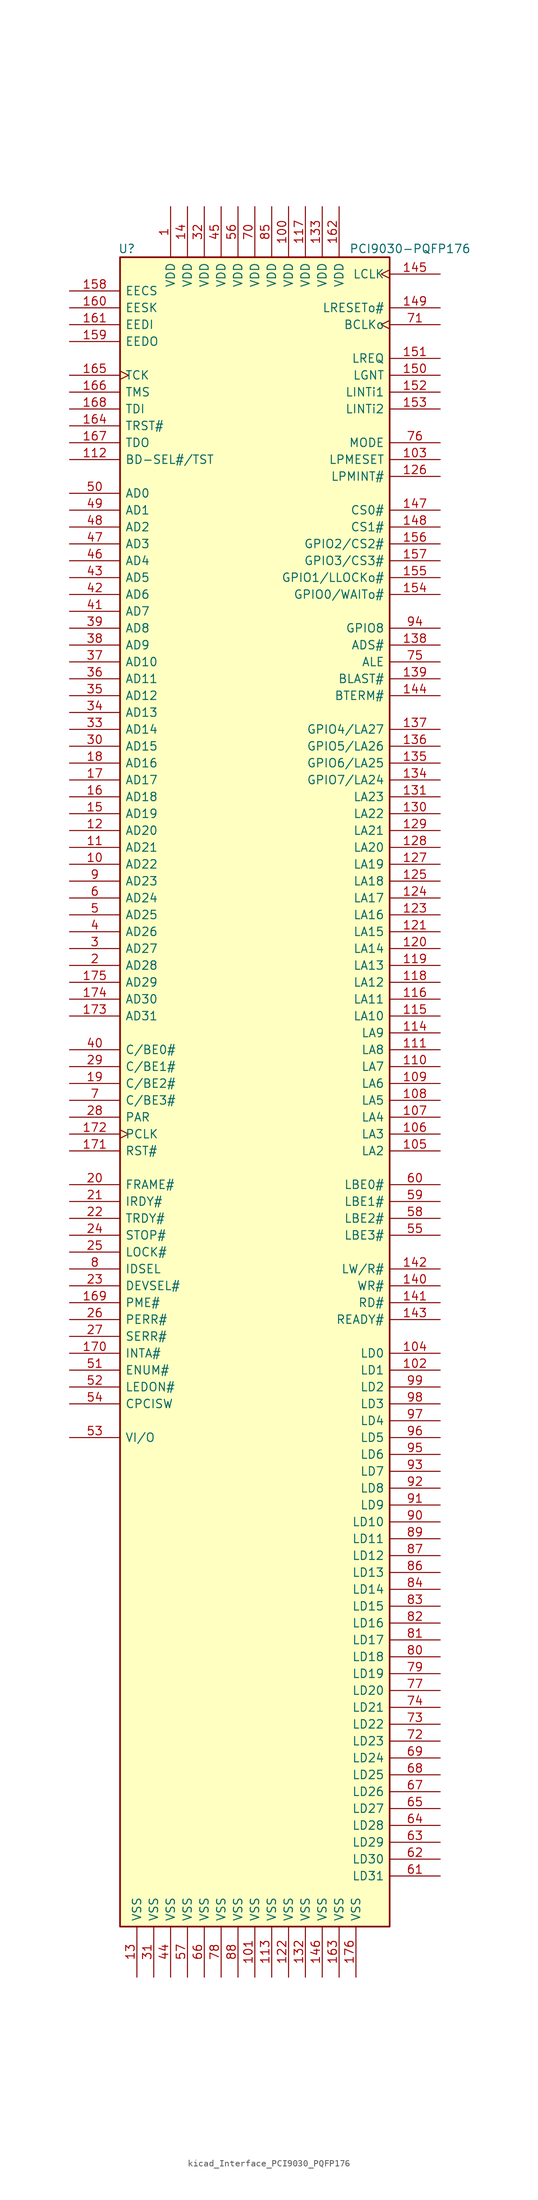
<source format=kicad_sym>
(kicad_symbol_lib
  (version 20220914)
  (generator kicad_symbol_editor)
  (symbol "kicad_Interface_PCI9030_PQFP176"
    (pin_names
      (offset 0.762))
    (property "Reference" "U"
      (at -19.304 125.73 0)
      (effects (font (size 1.27 1.27))))
    (property "Value" "PCI9030-PQFP176"
      (at 14.224 125.73 0)
      (effects (font (size 1.27 1.27)) (justify left)))
    (symbol "kicad_Interface_PCI9030_PQFP176_1_1"
      (rectangle (start 20.32 -127) (end -20.32 124.46) (stroke (width 0.254) (type default)) (fill (type background)))
      (pin power_in line (at -12.7 132.08 270) (length 7.62) (name "VDD" (effects (font (size 1.27 1.27)))) (number "1" (effects (font (size 1.27 1.27)))))
      (pin bidirectional line (at -27.94 33.02 0) (length 7.62) (name "AD22" (effects (font (size 1.27 1.27)))) (number "10" (effects (font (size 1.27 1.27)))))
      (pin power_in line (at 5.08 132.08 270) (length 7.62) (name "VDD" (effects (font (size 1.27 1.27)))) (number "100" (effects (font (size 1.27 1.27)))))
      (pin power_in line (at 0 -134.62 90) (length 7.62) (name "VSS" (effects (font (size 1.27 1.27)))) (number "101" (effects (font (size 1.27 1.27)))))
      (pin bidirectional line (at 27.94 -43.18 180) (length 7.62) (name "LD1" (effects (font (size 1.27 1.27)))) (number "102" (effects (font (size 1.27 1.27)))))
      (pin input line (at 27.94 93.98 180) (length 7.62) (name "LPMESET" (effects (font (size 1.27 1.27)))) (number "103" (effects (font (size 1.27 1.27)))))
      (pin bidirectional line (at 27.94 -40.64 180) (length 7.62) (name "LD0" (effects (font (size 1.27 1.27)))) (number "104" (effects (font (size 1.27 1.27)))))
      (pin output line (at 27.94 -10.16 180) (length 7.62) (name "LA2" (effects (font (size 1.27 1.27)))) (number "105" (effects (font (size 1.27 1.27)))))
      (pin output line (at 27.94 -7.62 180) (length 7.62) (name "LA3" (effects (font (size 1.27 1.27)))) (number "106" (effects (font (size 1.27 1.27)))))
      (pin output line (at 27.94 -5.08 180) (length 7.62) (name "LA4" (effects (font (size 1.27 1.27)))) (number "107" (effects (font (size 1.27 1.27)))))
      (pin output line (at 27.94 -2.54 180) (length 7.62) (name "LA5" (effects (font (size 1.27 1.27)))) (number "108" (effects (font (size 1.27 1.27)))))
      (pin output line (at 27.94 0 180) (length 7.62) (name "LA6" (effects (font (size 1.27 1.27)))) (number "109" (effects (font (size 1.27 1.27)))))
      (pin bidirectional line (at -27.94 35.56 0) (length 7.62) (name "AD21" (effects (font (size 1.27 1.27)))) (number "11" (effects (font (size 1.27 1.27)))))
      (pin output line (at 27.94 2.54 180) (length 7.62) (name "LA7" (effects (font (size 1.27 1.27)))) (number "110" (effects (font (size 1.27 1.27)))))
      (pin output line (at 27.94 5.08 180) (length 7.62) (name "LA8" (effects (font (size 1.27 1.27)))) (number "111" (effects (font (size 1.27 1.27)))))
      (pin input line (at -27.94 93.98 0) (length 7.62) (name "BD-SEL#/TST" (effects (font (size 1.27 1.27)))) (number "112" (effects (font (size 1.27 1.27)))))
      (pin power_in line (at 2.54 -134.62 90) (length 7.62) (name "VSS" (effects (font (size 1.27 1.27)))) (number "113" (effects (font (size 1.27 1.27)))))
      (pin output line (at 27.94 7.62 180) (length 7.62) (name "LA9" (effects (font (size 1.27 1.27)))) (number "114" (effects (font (size 1.27 1.27)))))
      (pin input line (at 27.94 10.16 180) (length 7.62) (name "LA10" (effects (font (size 1.27 1.27)))) (number "115" (effects (font (size 1.27 1.27)))))
      (pin output line (at 27.94 12.7 180) (length 7.62) (name "LA11" (effects (font (size 1.27 1.27)))) (number "116" (effects (font (size 1.27 1.27)))))
      (pin power_in line (at 7.62 132.08 270) (length 7.62) (name "VDD" (effects (font (size 1.27 1.27)))) (number "117" (effects (font (size 1.27 1.27)))))
      (pin output line (at 27.94 15.24 180) (length 7.62) (name "LA12" (effects (font (size 1.27 1.27)))) (number "118" (effects (font (size 1.27 1.27)))))
      (pin output line (at 27.94 17.78 180) (length 7.62) (name "LA13" (effects (font (size 1.27 1.27)))) (number "119" (effects (font (size 1.27 1.27)))))
      (pin bidirectional line (at -27.94 38.1 0) (length 7.62) (name "AD20" (effects (font (size 1.27 1.27)))) (number "12" (effects (font (size 1.27 1.27)))))
      (pin output line (at 27.94 20.32 180) (length 7.62) (name "LA14" (effects (font (size 1.27 1.27)))) (number "120" (effects (font (size 1.27 1.27)))))
      (pin output line (at 27.94 22.86 180) (length 7.62) (name "LA15" (effects (font (size 1.27 1.27)))) (number "121" (effects (font (size 1.27 1.27)))))
      (pin power_in line (at 5.08 -134.62 90) (length 7.62) (name "VSS" (effects (font (size 1.27 1.27)))) (number "122" (effects (font (size 1.27 1.27)))))
      (pin output line (at 27.94 25.4 180) (length 7.62) (name "LA16" (effects (font (size 1.27 1.27)))) (number "123" (effects (font (size 1.27 1.27)))))
      (pin output line (at 27.94 27.94 180) (length 7.62) (name "LA17" (effects (font (size 1.27 1.27)))) (number "124" (effects (font (size 1.27 1.27)))))
      (pin output line (at 27.94 30.48 180) (length 7.62) (name "LA18" (effects (font (size 1.27 1.27)))) (number "125" (effects (font (size 1.27 1.27)))))
      (pin output line (at 27.94 91.44 180) (length 7.62) (name "LPMINT#" (effects (font (size 1.27 1.27)))) (number "126" (effects (font (size 1.27 1.27)))))
      (pin output line (at 27.94 33.02 180) (length 7.62) (name "LA19" (effects (font (size 1.27 1.27)))) (number "127" (effects (font (size 1.27 1.27)))))
      (pin output line (at 27.94 35.56 180) (length 7.62) (name "LA20" (effects (font (size 1.27 1.27)))) (number "128" (effects (font (size 1.27 1.27)))))
      (pin output line (at 27.94 38.1 180) (length 7.62) (name "LA21" (effects (font (size 1.27 1.27)))) (number "129" (effects (font (size 1.27 1.27)))))
      (pin power_in line (at -17.78 -134.62 90) (length 7.62) (name "VSS" (effects (font (size 1.27 1.27)))) (number "13" (effects (font (size 1.27 1.27)))))
      (pin output line (at 27.94 40.64 180) (length 7.62) (name "LA22" (effects (font (size 1.27 1.27)))) (number "130" (effects (font (size 1.27 1.27)))))
      (pin output line (at 27.94 43.18 180) (length 7.62) (name "LA23" (effects (font (size 1.27 1.27)))) (number "131" (effects (font (size 1.27 1.27)))))
      (pin power_in line (at 7.62 -134.62 90) (length 7.62) (name "VSS" (effects (font (size 1.27 1.27)))) (number "132" (effects (font (size 1.27 1.27)))))
      (pin power_in line (at 10.16 132.08 270) (length 7.62) (name "VDD" (effects (font (size 1.27 1.27)))) (number "133" (effects (font (size 1.27 1.27)))))
      (pin bidirectional line (at 27.94 45.72 180) (length 7.62) (name "GPIO7/LA24" (effects (font (size 1.27 1.27)))) (number "134" (effects (font (size 1.27 1.27)))))
      (pin bidirectional line (at 27.94 48.26 180) (length 7.62) (name "GPIO6/LA25" (effects (font (size 1.27 1.27)))) (number "135" (effects (font (size 1.27 1.27)))))
      (pin bidirectional line (at 27.94 50.8 180) (length 7.62) (name "GPIO5/LA26" (effects (font (size 1.27 1.27)))) (number "136" (effects (font (size 1.27 1.27)))))
      (pin bidirectional line (at 27.94 53.34 180) (length 7.62) (name "GPIO4/LA27" (effects (font (size 1.27 1.27)))) (number "137" (effects (font (size 1.27 1.27)))))
      (pin output line (at 27.94 66.04 180) (length 7.62) (name "ADS#" (effects (font (size 1.27 1.27)))) (number "138" (effects (font (size 1.27 1.27)))))
      (pin output line (at 27.94 60.96 180) (length 7.62) (name "BLAST#" (effects (font (size 1.27 1.27)))) (number "139" (effects (font (size 1.27 1.27)))))
      (pin power_in line (at -10.16 132.08 270) (length 7.62) (name "VDD" (effects (font (size 1.27 1.27)))) (number "14" (effects (font (size 1.27 1.27)))))
      (pin output line (at 27.94 -30.48 180) (length 7.62) (name "WR#" (effects (font (size 1.27 1.27)))) (number "140" (effects (font (size 1.27 1.27)))))
      (pin output line (at 27.94 -33.02 180) (length 7.62) (name "RD#" (effects (font (size 1.27 1.27)))) (number "141" (effects (font (size 1.27 1.27)))))
      (pin output line (at 27.94 -27.94 180) (length 7.62) (name "LW/R#" (effects (font (size 1.27 1.27)))) (number "142" (effects (font (size 1.27 1.27)))))
      (pin input line (at 27.94 -35.56 180) (length 7.62) (name "READY#" (effects (font (size 1.27 1.27)))) (number "143" (effects (font (size 1.27 1.27)))))
      (pin input line (at 27.94 58.42 180) (length 7.62) (name "BTERM#" (effects (font (size 1.27 1.27)))) (number "144" (effects (font (size 1.27 1.27)))))
      (pin input clock (at 27.94 121.92 180) (length 7.62) (name "LCLK" (effects (font (size 1.27 1.27)))) (number "145" (effects (font (size 1.27 1.27)))))
      (pin power_in line (at 10.16 -134.62 90) (length 7.62) (name "VSS" (effects (font (size 1.27 1.27)))) (number "146" (effects (font (size 1.27 1.27)))))
      (pin output line (at 27.94 86.36 180) (length 7.62) (name "CS0#" (effects (font (size 1.27 1.27)))) (number "147" (effects (font (size 1.27 1.27)))))
      (pin output line (at 27.94 83.82 180) (length 7.62) (name "CS1#" (effects (font (size 1.27 1.27)))) (number "148" (effects (font (size 1.27 1.27)))))
      (pin output line (at 27.94 116.84 180) (length 7.62) (name "LRESETo#" (effects (font (size 1.27 1.27)))) (number "149" (effects (font (size 1.27 1.27)))))
      (pin bidirectional line (at -27.94 40.64 0) (length 7.62) (name "AD19" (effects (font (size 1.27 1.27)))) (number "15" (effects (font (size 1.27 1.27)))))
      (pin output line (at 27.94 106.68 180) (length 7.62) (name "LGNT" (effects (font (size 1.27 1.27)))) (number "150" (effects (font (size 1.27 1.27)))))
      (pin input line (at 27.94 109.22 180) (length 7.62) (name "LREQ" (effects (font (size 1.27 1.27)))) (number "151" (effects (font (size 1.27 1.27)))))
      (pin input line (at 27.94 104.14 180) (length 7.62) (name "LINTi1" (effects (font (size 1.27 1.27)))) (number "152" (effects (font (size 1.27 1.27)))))
      (pin input line (at 27.94 101.6 180) (length 7.62) (name "LINTi2" (effects (font (size 1.27 1.27)))) (number "153" (effects (font (size 1.27 1.27)))))
      (pin bidirectional line (at 27.94 73.66 180) (length 7.62) (name "GPIO0/WAITo#" (effects (font (size 1.27 1.27)))) (number "154" (effects (font (size 1.27 1.27)))))
      (pin bidirectional line (at 27.94 76.2 180) (length 7.62) (name "GPIO1/LLOCKo#" (effects (font (size 1.27 1.27)))) (number "155" (effects (font (size 1.27 1.27)))))
      (pin bidirectional line (at 27.94 81.28 180) (length 7.62) (name "GPIO2/CS2#" (effects (font (size 1.27 1.27)))) (number "156" (effects (font (size 1.27 1.27)))))
      (pin bidirectional line (at 27.94 78.74 180) (length 7.62) (name "GPIO3/CS3#" (effects (font (size 1.27 1.27)))) (number "157" (effects (font (size 1.27 1.27)))))
      (pin output line (at -27.94 119.38 0) (length 7.62) (name "EECS" (effects (font (size 1.27 1.27)))) (number "158" (effects (font (size 1.27 1.27)))))
      (pin input line (at -27.94 111.76 0) (length 7.62) (name "EEDO" (effects (font (size 1.27 1.27)))) (number "159" (effects (font (size 1.27 1.27)))))
      (pin bidirectional line (at -27.94 43.18 0) (length 7.62) (name "AD18" (effects (font (size 1.27 1.27)))) (number "16" (effects (font (size 1.27 1.27)))))
      (pin output line (at -27.94 116.84 0) (length 7.62) (name "EESK" (effects (font (size 1.27 1.27)))) (number "160" (effects (font (size 1.27 1.27)))))
      (pin output line (at -27.94 114.3 0) (length 7.62) (name "EEDI" (effects (font (size 1.27 1.27)))) (number "161" (effects (font (size 1.27 1.27)))))
      (pin power_in line (at 12.7 132.08 270) (length 7.62) (name "VDD" (effects (font (size 1.27 1.27)))) (number "162" (effects (font (size 1.27 1.27)))))
      (pin power_in line (at 12.7 -134.62 90) (length 7.62) (name "VSS" (effects (font (size 1.27 1.27)))) (number "163" (effects (font (size 1.27 1.27)))))
      (pin input line (at -27.94 99.06 0) (length 7.62) (name "TRST#" (effects (font (size 1.27 1.27)))) (number "164" (effects (font (size 1.27 1.27)))))
      (pin input clock (at -27.94 106.68 0) (length 7.62) (name "TCK" (effects (font (size 1.27 1.27)))) (number "165" (effects (font (size 1.27 1.27)))))
      (pin input line (at -27.94 104.14 0) (length 7.62) (name "TMS" (effects (font (size 1.27 1.27)))) (number "166" (effects (font (size 1.27 1.27)))))
      (pin output line (at -27.94 96.52 0) (length 7.62) (name "TDO" (effects (font (size 1.27 1.27)))) (number "167" (effects (font (size 1.27 1.27)))))
      (pin input line (at -27.94 101.6 0) (length 7.62) (name "TDI" (effects (font (size 1.27 1.27)))) (number "168" (effects (font (size 1.27 1.27)))))
      (pin output line (at -27.94 -33.02 0) (length 7.62) (name "PME#" (effects (font (size 1.27 1.27)))) (number "169" (effects (font (size 1.27 1.27)))))
      (pin bidirectional line (at -27.94 45.72 0) (length 7.62) (name "AD17" (effects (font (size 1.27 1.27)))) (number "17" (effects (font (size 1.27 1.27)))))
      (pin output line (at -27.94 -40.64 0) (length 7.62) (name "INTA#" (effects (font (size 1.27 1.27)))) (number "170" (effects (font (size 1.27 1.27)))))
      (pin input line (at -27.94 -10.16 0) (length 7.62) (name "RST#" (effects (font (size 1.27 1.27)))) (number "171" (effects (font (size 1.27 1.27)))))
      (pin input clock (at -27.94 -7.62 0) (length 7.62) (name "PCLK" (effects (font (size 1.27 1.27)))) (number "172" (effects (font (size 1.27 1.27)))))
      (pin bidirectional line (at -27.94 10.16 0) (length 7.62) (name "AD31" (effects (font (size 1.27 1.27)))) (number "173" (effects (font (size 1.27 1.27)))))
      (pin bidirectional line (at -27.94 12.7 0) (length 7.62) (name "AD30" (effects (font (size 1.27 1.27)))) (number "174" (effects (font (size 1.27 1.27)))))
      (pin bidirectional line (at -27.94 15.24 0) (length 7.62) (name "AD29" (effects (font (size 1.27 1.27)))) (number "175" (effects (font (size 1.27 1.27)))))
      (pin power_in line (at 15.24 -134.62 90) (length 7.62) (name "VSS" (effects (font (size 1.27 1.27)))) (number "176" (effects (font (size 1.27 1.27)))))
      (pin bidirectional line (at -27.94 48.26 0) (length 7.62) (name "AD16" (effects (font (size 1.27 1.27)))) (number "18" (effects (font (size 1.27 1.27)))))
      (pin bidirectional line (at -27.94 0 0) (length 7.62) (name "C/BE2#" (effects (font (size 1.27 1.27)))) (number "19" (effects (font (size 1.27 1.27)))))
      (pin bidirectional line (at -27.94 17.78 0) (length 7.62) (name "AD28" (effects (font (size 1.27 1.27)))) (number "2" (effects (font (size 1.27 1.27)))))
      (pin bidirectional line (at -27.94 -15.24 0) (length 7.62) (name "FRAME#" (effects (font (size 1.27 1.27)))) (number "20" (effects (font (size 1.27 1.27)))))
      (pin bidirectional line (at -27.94 -17.78 0) (length 7.62) (name "IRDY#" (effects (font (size 1.27 1.27)))) (number "21" (effects (font (size 1.27 1.27)))))
      (pin bidirectional line (at -27.94 -20.32 0) (length 7.62) (name "TRDY#" (effects (font (size 1.27 1.27)))) (number "22" (effects (font (size 1.27 1.27)))))
      (pin bidirectional line (at -27.94 -30.48 0) (length 7.62) (name "DEVSEL#" (effects (font (size 1.27 1.27)))) (number "23" (effects (font (size 1.27 1.27)))))
      (pin bidirectional line (at -27.94 -22.86 0) (length 7.62) (name "STOP#" (effects (font (size 1.27 1.27)))) (number "24" (effects (font (size 1.27 1.27)))))
      (pin input line (at -27.94 -25.4 0) (length 7.62) (name "LOCK#" (effects (font (size 1.27 1.27)))) (number "25" (effects (font (size 1.27 1.27)))))
      (pin output line (at -27.94 -35.56 0) (length 7.62) (name "PERR#" (effects (font (size 1.27 1.27)))) (number "26" (effects (font (size 1.27 1.27)))))
      (pin output line (at -27.94 -38.1 0) (length 7.62) (name "SERR#" (effects (font (size 1.27 1.27)))) (number "27" (effects (font (size 1.27 1.27)))))
      (pin bidirectional line (at -27.94 -5.08 0) (length 7.62) (name "PAR" (effects (font (size 1.27 1.27)))) (number "28" (effects (font (size 1.27 1.27)))))
      (pin bidirectional line (at -27.94 2.54 0) (length 7.62) (name "C/BE1#" (effects (font (size 1.27 1.27)))) (number "29" (effects (font (size 1.27 1.27)))))
      (pin bidirectional line (at -27.94 20.32 0) (length 7.62) (name "AD27" (effects (font (size 1.27 1.27)))) (number "3" (effects (font (size 1.27 1.27)))))
      (pin bidirectional line (at -27.94 50.8 0) (length 7.62) (name "AD15" (effects (font (size 1.27 1.27)))) (number "30" (effects (font (size 1.27 1.27)))))
      (pin power_in line (at -15.24 -134.62 90) (length 7.62) (name "VSS" (effects (font (size 1.27 1.27)))) (number "31" (effects (font (size 1.27 1.27)))))
      (pin power_in line (at -7.62 132.08 270) (length 7.62) (name "VDD" (effects (font (size 1.27 1.27)))) (number "32" (effects (font (size 1.27 1.27)))))
      (pin bidirectional line (at -27.94 53.34 0) (length 7.62) (name "AD14" (effects (font (size 1.27 1.27)))) (number "33" (effects (font (size 1.27 1.27)))))
      (pin bidirectional line (at -27.94 55.88 0) (length 7.62) (name "AD13" (effects (font (size 1.27 1.27)))) (number "34" (effects (font (size 1.27 1.27)))))
      (pin bidirectional line (at -27.94 58.42 0) (length 7.62) (name "AD12" (effects (font (size 1.27 1.27)))) (number "35" (effects (font (size 1.27 1.27)))))
      (pin bidirectional line (at -27.94 60.96 0) (length 7.62) (name "AD11" (effects (font (size 1.27 1.27)))) (number "36" (effects (font (size 1.27 1.27)))))
      (pin bidirectional line (at -27.94 63.5 0) (length 7.62) (name "AD10" (effects (font (size 1.27 1.27)))) (number "37" (effects (font (size 1.27 1.27)))))
      (pin bidirectional line (at -27.94 66.04 0) (length 7.62) (name "AD9" (effects (font (size 1.27 1.27)))) (number "38" (effects (font (size 1.27 1.27)))))
      (pin bidirectional line (at -27.94 68.58 0) (length 7.62) (name "AD8" (effects (font (size 1.27 1.27)))) (number "39" (effects (font (size 1.27 1.27)))))
      (pin bidirectional line (at -27.94 22.86 0) (length 7.62) (name "AD26" (effects (font (size 1.27 1.27)))) (number "4" (effects (font (size 1.27 1.27)))))
      (pin bidirectional line (at -27.94 5.08 0) (length 7.62) (name "C/BE0#" (effects (font (size 1.27 1.27)))) (number "40" (effects (font (size 1.27 1.27)))))
      (pin bidirectional line (at -27.94 71.12 0) (length 7.62) (name "AD7" (effects (font (size 1.27 1.27)))) (number "41" (effects (font (size 1.27 1.27)))))
      (pin bidirectional line (at -27.94 73.66 0) (length 7.62) (name "AD6" (effects (font (size 1.27 1.27)))) (number "42" (effects (font (size 1.27 1.27)))))
      (pin bidirectional line (at -27.94 76.2 0) (length 7.62) (name "AD5" (effects (font (size 1.27 1.27)))) (number "43" (effects (font (size 1.27 1.27)))))
      (pin power_in line (at -12.7 -134.62 90) (length 7.62) (name "VSS" (effects (font (size 1.27 1.27)))) (number "44" (effects (font (size 1.27 1.27)))))
      (pin power_in line (at -5.08 132.08 270) (length 7.62) (name "VDD" (effects (font (size 1.27 1.27)))) (number "45" (effects (font (size 1.27 1.27)))))
      (pin bidirectional line (at -27.94 78.74 0) (length 7.62) (name "AD4" (effects (font (size 1.27 1.27)))) (number "46" (effects (font (size 1.27 1.27)))))
      (pin bidirectional line (at -27.94 81.28 0) (length 7.62) (name "AD3" (effects (font (size 1.27 1.27)))) (number "47" (effects (font (size 1.27 1.27)))))
      (pin bidirectional line (at -27.94 83.82 0) (length 7.62) (name "AD2" (effects (font (size 1.27 1.27)))) (number "48" (effects (font (size 1.27 1.27)))))
      (pin bidirectional line (at -27.94 86.36 0) (length 7.62) (name "AD1" (effects (font (size 1.27 1.27)))) (number "49" (effects (font (size 1.27 1.27)))))
      (pin bidirectional line (at -27.94 25.4 0) (length 7.62) (name "AD25" (effects (font (size 1.27 1.27)))) (number "5" (effects (font (size 1.27 1.27)))))
      (pin bidirectional line (at -27.94 88.9 0) (length 7.62) (name "AD0" (effects (font (size 1.27 1.27)))) (number "50" (effects (font (size 1.27 1.27)))))
      (pin output line (at -27.94 -43.18 0) (length 7.62) (name "ENUM#" (effects (font (size 1.27 1.27)))) (number "51" (effects (font (size 1.27 1.27)))))
      (pin output line (at -27.94 -45.72 0) (length 7.62) (name "LEDON#" (effects (font (size 1.27 1.27)))) (number "52" (effects (font (size 1.27 1.27)))))
      (pin power_in line (at -27.94 -53.34 0) (length 7.62) (name "VI/O" (effects (font (size 1.27 1.27)))) (number "53" (effects (font (size 1.27 1.27)))))
      (pin input line (at -27.94 -48.26 0) (length 7.62) (name "CPCISW" (effects (font (size 1.27 1.27)))) (number "54" (effects (font (size 1.27 1.27)))))
      (pin output line (at 27.94 -22.86 180) (length 7.62) (name "LBE3#" (effects (font (size 1.27 1.27)))) (number "55" (effects (font (size 1.27 1.27)))))
      (pin power_in line (at -2.54 132.08 270) (length 7.62) (name "VDD" (effects (font (size 1.27 1.27)))) (number "56" (effects (font (size 1.27 1.27)))))
      (pin power_in line (at -10.16 -134.62 90) (length 7.62) (name "VSS" (effects (font (size 1.27 1.27)))) (number "57" (effects (font (size 1.27 1.27)))))
      (pin output line (at 27.94 -20.32 180) (length 7.62) (name "LBE2#" (effects (font (size 1.27 1.27)))) (number "58" (effects (font (size 1.27 1.27)))))
      (pin output line (at 27.94 -17.78 180) (length 7.62) (name "LBE1#" (effects (font (size 1.27 1.27)))) (number "59" (effects (font (size 1.27 1.27)))))
      (pin bidirectional line (at -27.94 27.94 0) (length 7.62) (name "AD24" (effects (font (size 1.27 1.27)))) (number "6" (effects (font (size 1.27 1.27)))))
      (pin output line (at 27.94 -15.24 180) (length 7.62) (name "LBE0#" (effects (font (size 1.27 1.27)))) (number "60" (effects (font (size 1.27 1.27)))))
      (pin bidirectional line (at 27.94 -119.38 180) (length 7.62) (name "LD31" (effects (font (size 1.27 1.27)))) (number "61" (effects (font (size 1.27 1.27)))))
      (pin bidirectional line (at 27.94 -116.84 180) (length 7.62) (name "LD30" (effects (font (size 1.27 1.27)))) (number "62" (effects (font (size 1.27 1.27)))))
      (pin bidirectional line (at 27.94 -114.3 180) (length 7.62) (name "LD29" (effects (font (size 1.27 1.27)))) (number "63" (effects (font (size 1.27 1.27)))))
      (pin bidirectional line (at 27.94 -111.76 180) (length 7.62) (name "LD28" (effects (font (size 1.27 1.27)))) (number "64" (effects (font (size 1.27 1.27)))))
      (pin bidirectional line (at 27.94 -109.22 180) (length 7.62) (name "LD27" (effects (font (size 1.27 1.27)))) (number "65" (effects (font (size 1.27 1.27)))))
      (pin power_in line (at -7.62 -134.62 90) (length 7.62) (name "VSS" (effects (font (size 1.27 1.27)))) (number "66" (effects (font (size 1.27 1.27)))))
      (pin bidirectional line (at 27.94 -106.68 180) (length 7.62) (name "LD26" (effects (font (size 1.27 1.27)))) (number "67" (effects (font (size 1.27 1.27)))))
      (pin bidirectional line (at 27.94 -104.14 180) (length 7.62) (name "LD25" (effects (font (size 1.27 1.27)))) (number "68" (effects (font (size 1.27 1.27)))))
      (pin bidirectional line (at 27.94 -101.6 180) (length 7.62) (name "LD24" (effects (font (size 1.27 1.27)))) (number "69" (effects (font (size 1.27 1.27)))))
      (pin bidirectional line (at -27.94 -2.54 0) (length 7.62) (name "C/BE3#" (effects (font (size 1.27 1.27)))) (number "7" (effects (font (size 1.27 1.27)))))
      (pin power_in line (at 0 132.08 270) (length 7.62) (name "VDD" (effects (font (size 1.27 1.27)))) (number "70" (effects (font (size 1.27 1.27)))))
      (pin output clock (at 27.94 114.3 180) (length 7.62) (name "BCLKo" (effects (font (size 1.27 1.27)))) (number "71" (effects (font (size 1.27 1.27)))))
      (pin bidirectional line (at 27.94 -99.06 180) (length 7.62) (name "LD23" (effects (font (size 1.27 1.27)))) (number "72" (effects (font (size 1.27 1.27)))))
      (pin bidirectional line (at 27.94 -96.52 180) (length 7.62) (name "LD22" (effects (font (size 1.27 1.27)))) (number "73" (effects (font (size 1.27 1.27)))))
      (pin bidirectional line (at 27.94 -93.98 180) (length 7.62) (name "LD21" (effects (font (size 1.27 1.27)))) (number "74" (effects (font (size 1.27 1.27)))))
      (pin output line (at 27.94 63.5 180) (length 7.62) (name "ALE" (effects (font (size 1.27 1.27)))) (number "75" (effects (font (size 1.27 1.27)))))
      (pin input line (at 27.94 96.52 180) (length 7.62) (name "MODE" (effects (font (size 1.27 1.27)))) (number "76" (effects (font (size 1.27 1.27)))))
      (pin bidirectional line (at 27.94 -91.44 180) (length 7.62) (name "LD20" (effects (font (size 1.27 1.27)))) (number "77" (effects (font (size 1.27 1.27)))))
      (pin power_in line (at -5.08 -134.62 90) (length 7.62) (name "VSS" (effects (font (size 1.27 1.27)))) (number "78" (effects (font (size 1.27 1.27)))))
      (pin bidirectional line (at 27.94 -88.9 180) (length 7.62) (name "LD19" (effects (font (size 1.27 1.27)))) (number "79" (effects (font (size 1.27 1.27)))))
      (pin input line (at -27.94 -27.94 0) (length 7.62) (name "IDSEL" (effects (font (size 1.27 1.27)))) (number "8" (effects (font (size 1.27 1.27)))))
      (pin bidirectional line (at 27.94 -86.36 180) (length 7.62) (name "LD18" (effects (font (size 1.27 1.27)))) (number "80" (effects (font (size 1.27 1.27)))))
      (pin bidirectional line (at 27.94 -83.82 180) (length 7.62) (name "LD17" (effects (font (size 1.27 1.27)))) (number "81" (effects (font (size 1.27 1.27)))))
      (pin bidirectional line (at 27.94 -81.28 180) (length 7.62) (name "LD16" (effects (font (size 1.27 1.27)))) (number "82" (effects (font (size 1.27 1.27)))))
      (pin bidirectional line (at 27.94 -78.74 180) (length 7.62) (name "LD15" (effects (font (size 1.27 1.27)))) (number "83" (effects (font (size 1.27 1.27)))))
      (pin bidirectional line (at 27.94 -76.2 180) (length 7.62) (name "LD14" (effects (font (size 1.27 1.27)))) (number "84" (effects (font (size 1.27 1.27)))))
      (pin power_in line (at 2.54 132.08 270) (length 7.62) (name "VDD" (effects (font (size 1.27 1.27)))) (number "85" (effects (font (size 1.27 1.27)))))
      (pin bidirectional line (at 27.94 -73.66 180) (length 7.62) (name "LD13" (effects (font (size 1.27 1.27)))) (number "86" (effects (font (size 1.27 1.27)))))
      (pin bidirectional line (at 27.94 -71.12 180) (length 7.62) (name "LD12" (effects (font (size 1.27 1.27)))) (number "87" (effects (font (size 1.27 1.27)))))
      (pin power_in line (at -2.54 -134.62 90) (length 7.62) (name "VSS" (effects (font (size 1.27 1.27)))) (number "88" (effects (font (size 1.27 1.27)))))
      (pin bidirectional line (at 27.94 -68.58 180) (length 7.62) (name "LD11" (effects (font (size 1.27 1.27)))) (number "89" (effects (font (size 1.27 1.27)))))
      (pin bidirectional line (at -27.94 30.48 0) (length 7.62) (name "AD23" (effects (font (size 1.27 1.27)))) (number "9" (effects (font (size 1.27 1.27)))))
      (pin bidirectional line (at 27.94 -66.04 180) (length 7.62) (name "LD10" (effects (font (size 1.27 1.27)))) (number "90" (effects (font (size 1.27 1.27)))))
      (pin bidirectional line (at 27.94 -63.5 180) (length 7.62) (name "LD9" (effects (font (size 1.27 1.27)))) (number "91" (effects (font (size 1.27 1.27)))))
      (pin bidirectional line (at 27.94 -60.96 180) (length 7.62) (name "LD8" (effects (font (size 1.27 1.27)))) (number "92" (effects (font (size 1.27 1.27)))))
      (pin bidirectional line (at 27.94 -58.42 180) (length 7.62) (name "LD7" (effects (font (size 1.27 1.27)))) (number "93" (effects (font (size 1.27 1.27)))))
      (pin bidirectional line (at 27.94 68.58 180) (length 7.62) (name "GPIO8" (effects (font (size 1.27 1.27)))) (number "94" (effects (font (size 1.27 1.27)))))
      (pin bidirectional line (at 27.94 -55.88 180) (length 7.62) (name "LD6" (effects (font (size 1.27 1.27)))) (number "95" (effects (font (size 1.27 1.27)))))
      (pin bidirectional line (at 27.94 -53.34 180) (length 7.62) (name "LD5" (effects (font (size 1.27 1.27)))) (number "96" (effects (font (size 1.27 1.27)))))
      (pin bidirectional line (at 27.94 -50.8 180) (length 7.62) (name "LD4" (effects (font (size 1.27 1.27)))) (number "97" (effects (font (size 1.27 1.27)))))
      (pin bidirectional line (at 27.94 -48.26 180) (length 7.62) (name "LD3" (effects (font (size 1.27 1.27)))) (number "98" (effects (font (size 1.27 1.27)))))
      (pin bidirectional line (at 27.94 -45.72 180) (length 7.62) (name "LD2" (effects (font (size 1.27 1.27)))) (number "99" (effects (font (size 1.27 1.27))))))))
</source>
